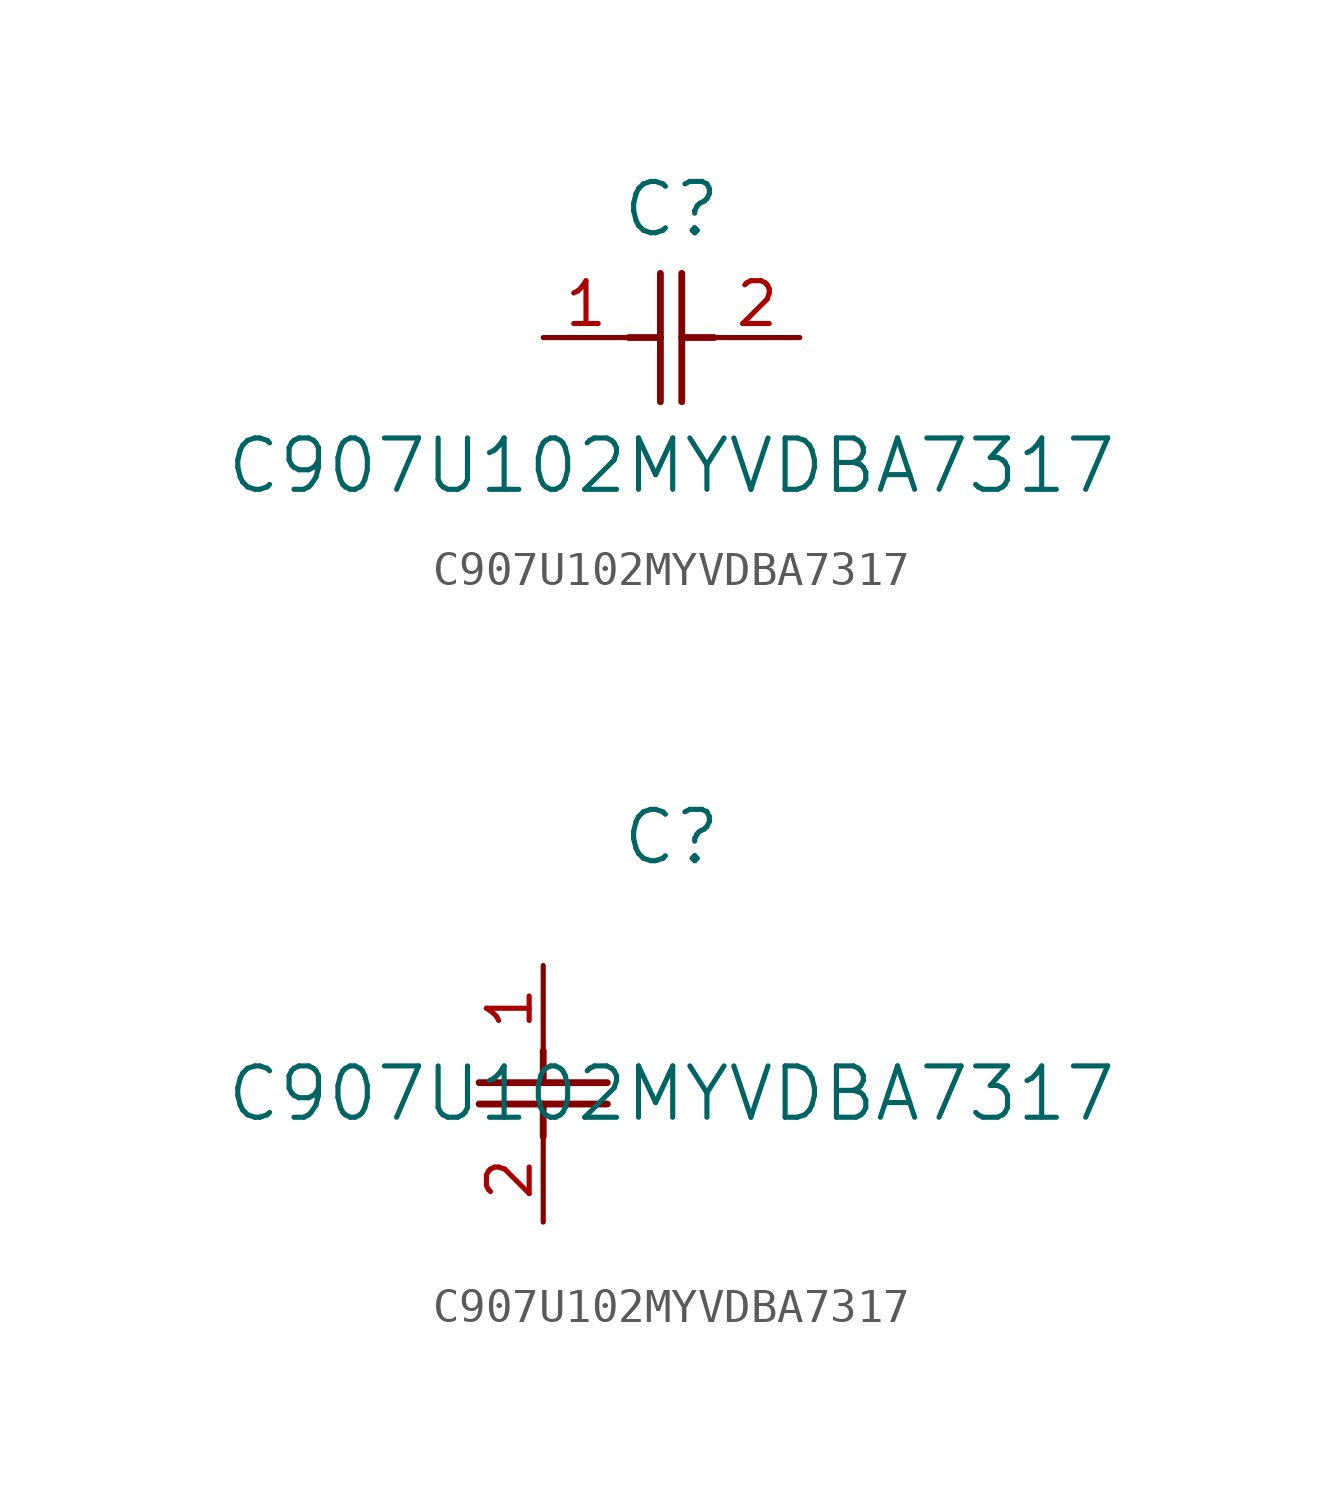
<source format=kicad_sym>
(kicad_symbol_lib
  (version 20211014)
  (generator kicad_symbol_editor)
  (symbol "C907U102MYVDBA7317"
    (pin_names
      (offset 0.254))
    (property "Reference" "C"
      (at 3.81 3.81 0)
      (effects (font (size 1.524 1.524))))
    (property "Value" "C907U102MYVDBA7317"
      (at 3.81 -3.81 0)
      (effects (font (size 1.524 1.524))))
    (symbol "C907U102MYVDBA7317_1_1"
      (polyline (pts (xy 3.48 -1.905) (xy 3.48 1.905)) (stroke (width 0.203) (type default) (color 0 0 0 0)) (fill (type none)))
      (polyline (pts (xy 4.115 -1.905) (xy 4.115 1.905)) (stroke (width 0.203) (type default) (color 0 0 0 0)) (fill (type none)))
      (polyline (pts (xy 4.115 0) (xy 5.08 0)) (stroke (width 0.203) (type default) (color 0 0 0 0)) (fill (type none)))
      (polyline (pts (xy 2.54 0) (xy 3.48 0)) (stroke (width 0.203) (type default) (color 0 0 0 0)) (fill (type none)))
      (pin unspecified line (at 0 0 0) (length 2.54) (name "" (effects (font (size 1.27 1.27)))) (number "1" (effects (font (size 1.27 1.27)))))
      (pin unspecified line (at 7.62 0 180) (length 2.54) (name "" (effects (font (size 1.27 1.27)))) (number "2" (effects (font (size 1.27 1.27))))))
    (symbol "C907U102MYVDBA7317_1_2"
      (polyline (pts (xy -1.905 -3.48) (xy 1.905 -3.48)) (stroke (width 0.203) (type default) (color 0 0 0 0)) (fill (type none)))
      (polyline (pts (xy -1.905 -4.115) (xy 1.905 -4.115)) (stroke (width 0.203) (type default) (color 0 0 0 0)) (fill (type none)))
      (polyline (pts (xy 0 -4.115) (xy 0 -5.08)) (stroke (width 0.203) (type default) (color 0 0 0 0)) (fill (type none)))
      (polyline (pts (xy 0 -2.54) (xy 0 -3.48)) (stroke (width 0.203) (type default) (color 0 0 0 0)) (fill (type none)))
      (pin unspecified line (at 0 0 270) (length 2.54) (name "" (effects (font (size 1.27 1.27)))) (number "1" (effects (font (size 1.27 1.27)))))
      (pin unspecified line (at 0 -7.62 90) (length 2.54) (name "" (effects (font (size 1.27 1.27)))) (number "2" (effects (font (size 1.27 1.27))))))))
</source>
